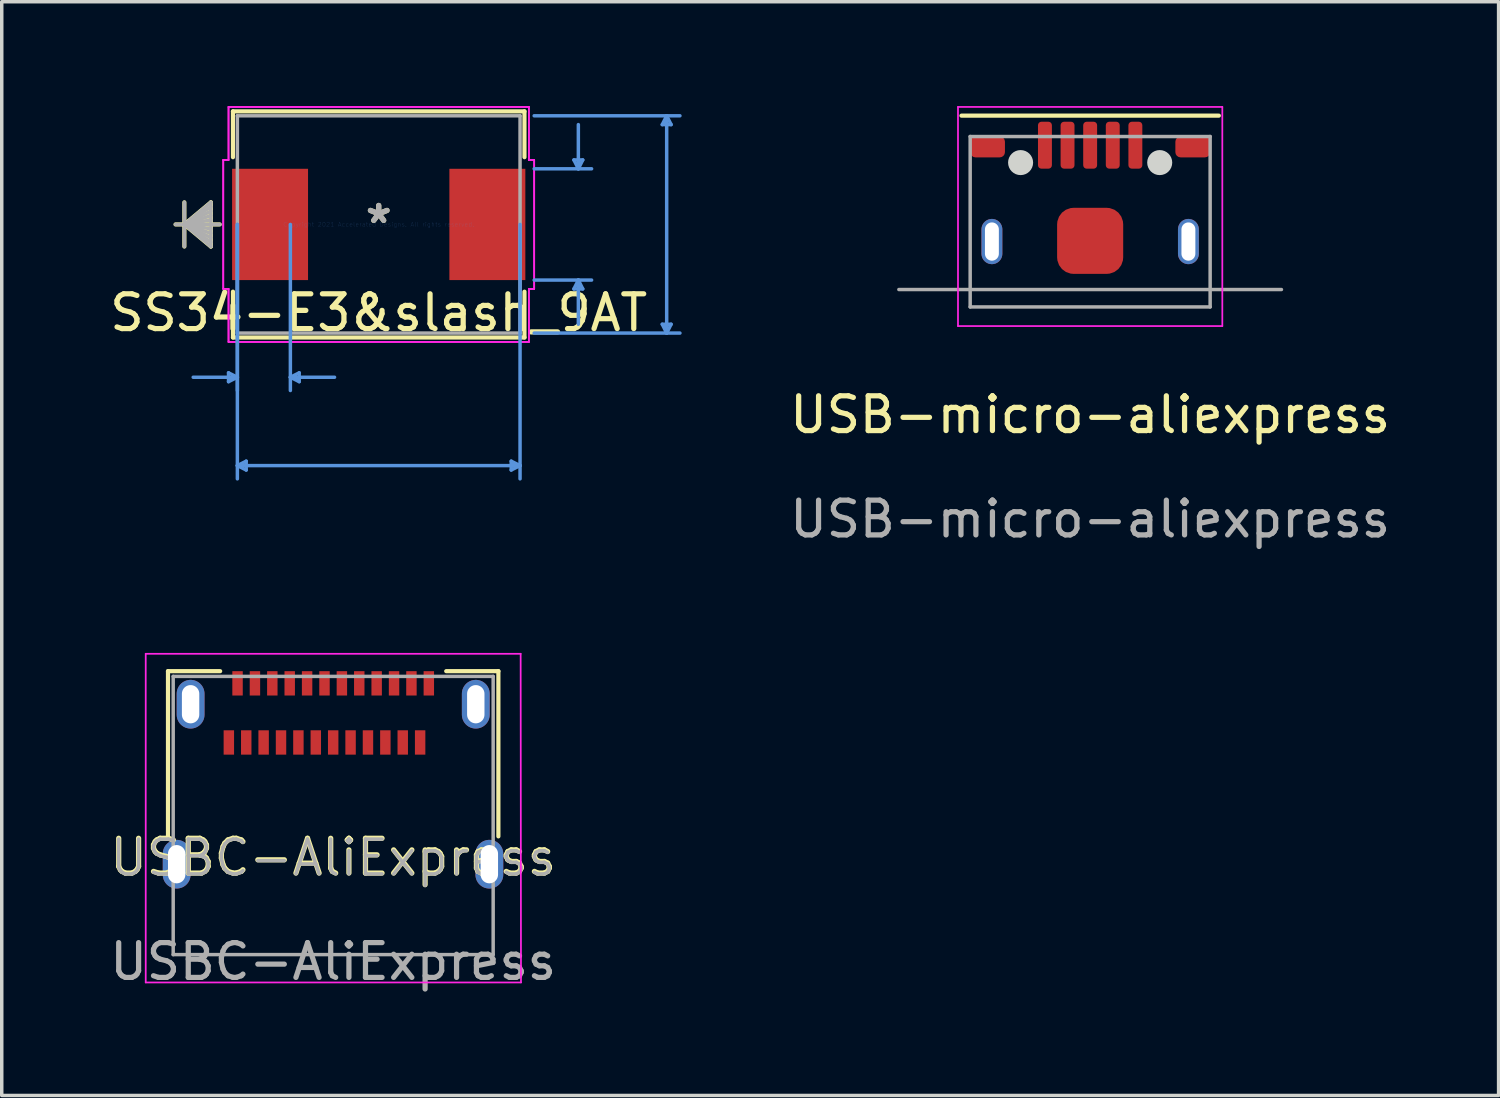
<source format=kicad_pcb>
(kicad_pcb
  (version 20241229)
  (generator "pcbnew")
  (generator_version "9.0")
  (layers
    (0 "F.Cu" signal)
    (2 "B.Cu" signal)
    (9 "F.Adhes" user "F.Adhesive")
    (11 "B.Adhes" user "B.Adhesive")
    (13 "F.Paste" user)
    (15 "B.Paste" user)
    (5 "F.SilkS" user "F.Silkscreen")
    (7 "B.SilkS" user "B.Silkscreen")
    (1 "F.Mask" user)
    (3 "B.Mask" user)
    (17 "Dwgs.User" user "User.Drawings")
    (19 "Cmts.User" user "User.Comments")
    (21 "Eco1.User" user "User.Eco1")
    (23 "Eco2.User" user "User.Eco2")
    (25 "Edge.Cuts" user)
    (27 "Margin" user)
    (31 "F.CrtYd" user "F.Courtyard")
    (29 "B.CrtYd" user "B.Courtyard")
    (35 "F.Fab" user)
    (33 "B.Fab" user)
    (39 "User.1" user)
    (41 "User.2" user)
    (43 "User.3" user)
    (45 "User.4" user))
  (footprint "USBC-AliExpress"
    (layer "F.Cu")
    (at 6.53 22.098)
    (property "Reference" "USBC-AliExpress" (at 0 -0.5 0) (unlocked yes) (layer "F.SilkS") (effects (font (size 1 1) (thickness 0.15))))
    (attr smd)
    (fp_line (start -4.75 -5.85) (end -4.75 -1.1) (stroke (width 0.12) (type solid)) (layer "F.SilkS"))
    (fp_line (start -4.75 -5.85) (end -3.25 -5.85) (stroke (width 0.12) (type solid)) (layer "F.SilkS"))
    (fp_line (start 3.25 -5.85) (end 4.75 -5.85) (stroke (width 0.12) (type solid)) (layer "F.SilkS"))
    (fp_line (start 4.75 -5.85) (end 4.75 -1.1) (stroke (width 0.12) (type solid)) (layer "F.SilkS"))
    (fp_line (start -5.39 -6.35) (end 5.39 -6.35) (stroke (width 0.05) (type solid)) (layer "F.CrtYd"))
    (fp_line (start -5.39 3.1) (end -5.39 -6.35) (stroke (width 0.05) (type solid)) (layer "F.CrtYd"))
    (fp_line (start 5.39 -6.35) (end 5.4 3.1) (stroke (width 0.05) (type solid)) (layer "F.CrtYd"))
    (fp_line (start 5.4 3.1) (end -5.39 3.1) (stroke (width 0.05) (type solid)) (layer "F.CrtYd"))
    (fp_line (start -4.6 -5.7) (end 4.6 -5.7) (stroke (width 0.1) (type solid)) (layer "F.Fab"))
    (fp_line (start -4.6 2.3) (end -4.6 -5.7) (stroke (width 0.1) (type solid)) (layer "F.Fab"))
    (fp_line (start -4.6 2.3) (end 4.6 2.3) (stroke (width 0.1) (type solid)) (layer "F.Fab"))
    (fp_line (start 4.6 2.3) (end 4.6 -5.7) (stroke (width 0.1) (type solid)) (layer "F.Fab"))
    (fp_text user "${REFERENCE}" (at 0 2.5 0) (unlocked yes) (layer "F.Fab") (effects (font (size 1 1) (thickness 0.15))))
    (fp_text user "${REFERENCE}" (at 0 -0.48 0) (layer "F.Fab") (effects (font (size 1 1) (thickness 0.1))))
    (pad "A1" smd rect (at -2.75 -5.5) (size 0.3 0.7) (layers "F.Cu" "F.Mask" "F.Paste"))
    (pad "A2" smd rect (at -2.25 -5.5) (size 0.3 0.7) (layers "F.Cu" "F.Mask" "F.Paste"))
    (pad "A3" smd rect (at -1.75 -5.5) (size 0.3 0.7) (layers "F.Cu" "F.Mask" "F.Paste"))
    (pad "A4" smd rect (at -1.25 -5.5) (size 0.3 0.7) (layers "F.Cu" "F.Mask" "F.Paste"))
    (pad "A5" smd rect (at -0.75 -5.5) (size 0.3 0.7) (layers "F.Cu" "F.Mask" "F.Paste"))
    (pad "A6" smd rect (at -0.25 -5.5) (size 0.3 0.7) (layers "F.Cu" "F.Mask" "F.Paste"))
    (pad "A7" smd rect (at 0.25 -5.5) (size 0.3 0.7) (layers "F.Cu" "F.Mask" "F.Paste"))
    (pad "A8" smd rect (at 0.75 -5.5) (size 0.3 0.7) (layers "F.Cu" "F.Mask" "F.Paste"))
    (pad "A9" smd rect (at 1.25 -5.5) (size 0.3 0.7) (layers "F.Cu" "F.Mask" "F.Paste"))
    (pad "A10" smd rect (at 1.75 -5.5) (size 0.3 0.7) (layers "F.Cu" "F.Mask" "F.Paste"))
    (pad "A11" smd rect (at 2.25 -5.5) (size 0.3 0.7) (layers "F.Cu" "F.Mask" "F.Paste"))
    (pad "A12" smd rect (at 2.75 -5.5) (size 0.3 0.7) (layers "F.Cu" "F.Mask" "F.Paste"))
    (pad "B1" smd rect (at 2.5 -3.8) (size 0.3 0.7) (layers "F.Cu" "F.Mask" "F.Paste"))
    (pad "B2" smd rect (at 2 -3.8) (size 0.3 0.7) (layers "F.Cu" "F.Mask" "F.Paste"))
    (pad "B3" smd rect (at 1.5 -3.8) (size 0.3 0.7) (layers "F.Cu" "F.Mask" "F.Paste"))
    (pad "B4" smd rect (at 1 -3.8) (size 0.3 0.7) (layers "F.Cu" "F.Mask" "F.Paste"))
    (pad "B5" smd rect (at 0.5 -3.8) (size 0.3 0.7) (layers "F.Cu" "F.Mask" "F.Paste"))
    (pad "B6" smd rect (at 0 -3.8) (size 0.3 0.7) (layers "F.Cu" "F.Mask" "F.Paste"))
    (pad "B7" smd rect (at -0.5 -3.8) (size 0.3 0.7) (layers "F.Cu" "F.Mask" "F.Paste"))
    (pad "B8" smd rect (at -1 -3.8) (size 0.3 0.7) (layers "F.Cu" "F.Mask" "F.Paste"))
    (pad "B9" smd rect (at -1.5 -3.8) (size 0.3 0.7) (layers "F.Cu" "F.Mask" "F.Paste"))
    (pad "B10" smd rect (at -2 -3.8) (size 0.3 0.7) (layers "F.Cu" "F.Mask" "F.Paste"))
    (pad "B11" smd rect (at -2.5 -3.8) (size 0.3 0.7) (layers "F.Cu" "F.Mask" "F.Paste"))
    (pad "B12" smd rect (at -3 -3.8) (size 0.3 0.7) (layers "F.Cu" "F.Mask" "F.Paste"))
    (pad "S1" thru_hole oval (at -4.5 -0.3) (size 0.8 1.4) (drill oval 0.5 1.1) (layers "*.Cu" "*.Mask"))
    (pad "S1" thru_hole oval (at -4.1 -4.9) (size 0.8 1.4) (drill oval 0.5 1.1) (layers "*.Cu" "*.Mask"))
    (pad "S1" thru_hole oval (at 4.1 -4.9) (size 0.8 1.4) (drill oval 0.5 1.1) (layers "*.Cu" "*.Mask"))
    (pad "S1" thru_hole oval (at 4.49 -0.3) (size 0.8 1.4) (drill oval 0.5 1.1) (layers "*.Cu" "*.Mask")))
  (footprint "USB-micro-aliexpress"
    (layer "F.Cu")
    (at 28.295 5.275)
    (property "Reference" "USB-micro-aliexpress" (at 0 3.6 0) (unlocked yes) (layer "F.SilkS") (effects (font (size 1 1) (thickness 0.15))))
    (attr smd)
    (fp_line (start 3.7 -5) (end -3.7 -5) (stroke (width 0.12) (type solid)) (layer "F.SilkS"))
    (fp_circle (center -2 -3.65) (end -1.7 -3.65) (stroke (width 0.12) (type solid)) (fill yes) (layer "Edge.Cuts"))
    (fp_circle (center 2 -3.65) (end 2.3 -3.65) (stroke (width 0.12) (type solid)) (fill yes) (layer "Edge.Cuts"))
    (fp_line (start -3.8 -5.25) (end 3.8 -5.25) (stroke (width 0.05) (type solid)) (layer "F.CrtYd"))
    (fp_line (start -3.8 1.05) (end -3.8 -5.25) (stroke (width 0.05) (type solid)) (layer "F.CrtYd"))
    (fp_line (start 3.8 -5.25) (end 3.8 1.05) (stroke (width 0.05) (type solid)) (layer "F.CrtYd"))
    (fp_line (start 3.8 1.05) (end -3.8 1.05) (stroke (width 0.05) (type solid)) (layer "F.CrtYd"))
    (fp_line (start -3.45 -4.4) (end 3.45 -4.4) (stroke (width 0.1) (type solid)) (layer "F.Fab"))
    (fp_line (start -3.45 0.5) (end -3.45 -4.4) (stroke (width 0.1) (type solid)) (layer "F.Fab"))
    (fp_line (start 3.45 -4.4) (end 3.45 0.5) (stroke (width 0.1) (type solid)) (layer "F.Fab"))
    (fp_line (start 3.45 0.5) (end -3.45 0.5) (stroke (width 0.1) (type solid)) (layer "F.Fab"))
    (fp_line (start 5.5 0) (end -5.5 0) (stroke (width 0.1) (type solid)) (layer "F.Fab"))
    (fp_text user "${REFERENCE}" (at 0 6.6 0) (unlocked yes) (layer "F.Fab") (effects (font (size 1 1) (thickness 0.15))))
    (pad "1" smd roundrect (at -1.3 -4.15) (size 0.4 1.35) (layers "F.Cu" "F.Mask" "F.Paste") (roundrect_rratio 0.25))
    (pad "2" smd roundrect (at -0.65 -4.15) (size 0.4 1.35) (layers "F.Cu" "F.Mask" "F.Paste") (roundrect_rratio 0.25))
    (pad "3" smd roundrect (at 0 -4.15) (size 0.4 1.35) (layers "F.Cu" "F.Mask" "F.Paste") (roundrect_rratio 0.25))
    (pad "4" smd roundrect (at 0.65 -4.15) (size 0.4 1.35) (layers "F.Cu" "F.Mask" "F.Paste") (roundrect_rratio 0.25))
    (pad "5" smd roundrect (at 1.3 -4.15) (size 0.4 1.35) (layers "F.Cu" "F.Mask" "F.Paste") (roundrect_rratio 0.25))
    (pad "6" smd roundrect (at -2.95 -4.1) (size 1 0.6) (layers "F.Cu" "F.Mask" "F.Paste") (roundrect_rratio 0.25))
    (pad "6" thru_hole oval (at -2.825 -1.38) (size 0.6 1.3) (drill oval 0.4 1.1) (layers "*.Cu" "*.Mask"))
    (pad "6" smd roundrect (at 0 -1.4) (size 1.9 1.9) (layers "F.Cu" "F.Mask" "F.Paste") (roundrect_rratio 0.25))
    (pad "6" thru_hole oval (at 2.825 -1.38) (size 0.6 1.3) (drill oval 0.4 1.1) (layers "*.Cu" "*.Mask"))
    (pad "6" smd roundrect (at 2.95 -4.1) (size 1 0.6) (layers "F.Cu" "F.Mask" "F.Paste") (roundrect_rratio 0.25)))
  (footprint "SS34-E3&slash_9AT"
    (layer "F.Cu")
    (at 7.839 3.403)
    (property "Reference" "SS34-E3&slash_9AT" (at 0 2.54 0) (layer "F.SilkS") (effects (font (size 1 1) (thickness 0.15))))
    (attr through_hole)
    (fp_line (start -5.588 -0.635) (end -5.588 0.635) (stroke (width 0.12) (type solid)) (layer "F.SilkS"))
    (fp_line (start -5.588 0) (end -4.826 -0.635) (stroke (width 0.12) (type solid)) (layer "F.SilkS"))
    (fp_line (start -5.588 0) (end -4.826 -0.508) (stroke (width 0.12) (type solid)) (layer "F.SilkS"))
    (fp_line (start -5.588 0) (end -4.826 -0.381) (stroke (width 0.12) (type solid)) (layer "F.SilkS"))
    (fp_line (start -5.588 0) (end -4.826 -0.254) (stroke (width 0.12) (type solid)) (layer "F.SilkS"))
    (fp_line (start -5.588 0) (end -4.826 -0.127) (stroke (width 0.12) (type solid)) (layer "F.SilkS"))
    (fp_line (start -5.588 0) (end -4.826 0.127) (stroke (width 0.12) (type solid)) (layer "F.SilkS"))
    (fp_line (start -5.588 0) (end -4.826 0.254) (stroke (width 0.12) (type solid)) (layer "F.SilkS"))
    (fp_line (start -5.588 0) (end -4.826 0.381) (stroke (width 0.12) (type solid)) (layer "F.SilkS"))
    (fp_line (start -5.588 0) (end -4.826 0.508) (stroke (width 0.12) (type solid)) (layer "F.SilkS"))
    (fp_line (start -5.588 0) (end -4.826 0.635) (stroke (width 0.12) (type solid)) (layer "F.SilkS"))
    (fp_line (start -4.826 -0.635) (end -4.826 0.635) (stroke (width 0.12) (type solid)) (layer "F.SilkS"))
    (fp_line (start -4.572 0) (end -5.842 0) (stroke (width 0.12) (type solid)) (layer "F.SilkS"))
    (fp_line (start -4.191 -3.251) (end -4.191 -1.933) (stroke (width 0.12) (type solid)) (layer "F.SilkS"))
    (fp_line (start -4.191 1.933) (end -4.191 3.251) (stroke (width 0.12) (type solid)) (layer "F.SilkS"))
    (fp_line (start -4.191 3.251) (end 4.191 3.251) (stroke (width 0.12) (type solid)) (layer "F.SilkS"))
    (fp_line (start 4.191 -3.251) (end -4.191 -3.251) (stroke (width 0.12) (type solid)) (layer "F.SilkS"))
    (fp_line (start 4.191 -1.933) (end 4.191 -3.251) (stroke (width 0.12) (type solid)) (layer "F.SilkS"))
    (fp_line (start 4.191 3.251) (end 4.191 1.933) (stroke (width 0.12) (type solid)) (layer "F.SilkS"))
    (fp_line (start -4.318 4.267) (end -4.318 4.521) (stroke (width 0.1) (type solid)) (layer "Cmts.User"))
    (fp_line (start -4.064 0) (end -4.064 4.775) (stroke (width 0.1) (type solid)) (layer "Cmts.User"))
    (fp_line (start -4.064 0) (end -4.064 7.315) (stroke (width 0.1) (type solid)) (layer "Cmts.User"))
    (fp_line (start -4.064 4.394) (end -5.334 4.394) (stroke (width 0.1) (type solid)) (layer "Cmts.User"))
    (fp_line (start -4.064 4.394) (end -4.318 4.267) (stroke (width 0.1) (type solid)) (layer "Cmts.User"))
    (fp_line (start -4.064 4.394) (end -4.318 4.521) (stroke (width 0.1) (type solid)) (layer "Cmts.User"))
    (fp_line (start -4.064 6.934) (end -3.81 6.807) (stroke (width 0.1) (type solid)) (layer "Cmts.User"))
    (fp_line (start -4.064 6.934) (end -3.81 7.061) (stroke (width 0.1) (type solid)) (layer "Cmts.User"))
    (fp_line (start -4.064 6.934) (end 4.064 6.934) (stroke (width 0.1) (type solid)) (layer "Cmts.User"))
    (fp_line (start -3.81 6.807) (end -3.81 7.061) (stroke (width 0.1) (type solid)) (layer "Cmts.User"))
    (fp_line (start -2.54 0) (end -2.54 4.775) (stroke (width 0.1) (type solid)) (layer "Cmts.User"))
    (fp_line (start -2.54 4.394) (end -2.286 4.267) (stroke (width 0.1) (type solid)) (layer "Cmts.User"))
    (fp_line (start -2.54 4.394) (end -2.286 4.521) (stroke (width 0.1) (type solid)) (layer "Cmts.User"))
    (fp_line (start -2.54 4.394) (end -1.27 4.394) (stroke (width 0.1) (type solid)) (layer "Cmts.User"))
    (fp_line (start -2.286 4.267) (end -2.286 4.521) (stroke (width 0.1) (type solid)) (layer "Cmts.User"))
    (fp_line (start 3.81 6.807) (end 3.81 7.061) (stroke (width 0.1) (type solid)) (layer "Cmts.User"))
    (fp_line (start 4.064 0) (end 4.064 7.315) (stroke (width 0.1) (type solid)) (layer "Cmts.User"))
    (fp_line (start 4.064 6.934) (end 3.81 6.807) (stroke (width 0.1) (type solid)) (layer "Cmts.User"))
    (fp_line (start 4.064 6.934) (end 3.81 7.061) (stroke (width 0.1) (type solid)) (layer "Cmts.User"))
    (fp_line (start 4.47 -3.124) (end 8.661 -3.124) (stroke (width 0.1) (type solid)) (layer "Cmts.User"))
    (fp_line (start 4.47 -1.6) (end 6.121 -1.6) (stroke (width 0.1) (type solid)) (layer "Cmts.User"))
    (fp_line (start 4.47 1.6) (end 6.121 1.6) (stroke (width 0.1) (type solid)) (layer "Cmts.User"))
    (fp_line (start 4.47 3.124) (end 8.661 3.124) (stroke (width 0.1) (type solid)) (layer "Cmts.User"))
    (fp_line (start 5.613 -1.854) (end 5.867 -1.854) (stroke (width 0.1) (type solid)) (layer "Cmts.User"))
    (fp_line (start 5.613 1.854) (end 5.867 1.854) (stroke (width 0.1) (type solid)) (layer "Cmts.User"))
    (fp_line (start 5.74 -1.6) (end 5.613 -1.854) (stroke (width 0.1) (type solid)) (layer "Cmts.User"))
    (fp_line (start 5.74 -1.6) (end 5.74 -2.87) (stroke (width 0.1) (type solid)) (layer "Cmts.User"))
    (fp_line (start 5.74 -1.6) (end 5.867 -1.854) (stroke (width 0.1) (type solid)) (layer "Cmts.User"))
    (fp_line (start 5.74 1.6) (end 5.613 1.854) (stroke (width 0.1) (type solid)) (layer "Cmts.User"))
    (fp_line (start 5.74 1.6) (end 5.74 2.87) (stroke (width 0.1) (type solid)) (layer "Cmts.User"))
    (fp_line (start 5.74 1.6) (end 5.867 1.854) (stroke (width 0.1) (type solid)) (layer "Cmts.User"))
    (fp_line (start 8.153 -2.87) (end 8.407 -2.87) (stroke (width 0.1) (type solid)) (layer "Cmts.User"))
    (fp_line (start 8.153 2.87) (end 8.407 2.87) (stroke (width 0.1) (type solid)) (layer "Cmts.User"))
    (fp_line (start 8.28 -3.124) (end 8.153 -2.87) (stroke (width 0.1) (type solid)) (layer "Cmts.User"))
    (fp_line (start 8.28 -3.124) (end 8.28 3.124) (stroke (width 0.1) (type solid)) (layer "Cmts.User"))
    (fp_line (start 8.28 -3.124) (end 8.407 -2.87) (stroke (width 0.1) (type solid)) (layer "Cmts.User"))
    (fp_line (start 8.28 3.124) (end 8.153 2.87) (stroke (width 0.1) (type solid)) (layer "Cmts.User"))
    (fp_line (start 8.28 3.124) (end 8.407 2.87) (stroke (width 0.1) (type solid)) (layer "Cmts.User"))
    (fp_line (start -4.47 -1.854) (end -4.318 -1.854) (stroke (width 0.05) (type solid)) (layer "F.CrtYd"))
    (fp_line (start -4.47 -1.854) (end -4.318 -1.854) (stroke (width 0.05) (type solid)) (layer "F.CrtYd"))
    (fp_line (start -4.47 1.854) (end -4.47 -1.854) (stroke (width 0.05) (type solid)) (layer "F.CrtYd"))
    (fp_line (start -4.47 1.854) (end -4.47 -1.854) (stroke (width 0.05) (type solid)) (layer "F.CrtYd"))
    (fp_line (start -4.318 -3.378) (end 4.318 -3.378) (stroke (width 0.05) (type solid)) (layer "F.CrtYd"))
    (fp_line (start -4.318 -3.378) (end 4.318 -3.378) (stroke (width 0.05) (type solid)) (layer "F.CrtYd"))
    (fp_line (start -4.318 -1.854) (end -4.318 -3.378) (stroke (width 0.05) (type solid)) (layer "F.CrtYd"))
    (fp_line (start -4.318 -1.854) (end -4.318 -3.378) (stroke (width 0.05) (type solid)) (layer "F.CrtYd"))
    (fp_line (start -4.318 1.854) (end -4.47 1.854) (stroke (width 0.05) (type solid)) (layer "F.CrtYd"))
    (fp_line (start -4.318 1.854) (end -4.47 1.854) (stroke (width 0.05) (type solid)) (layer "F.CrtYd"))
    (fp_line (start -4.318 3.378) (end -4.318 1.854) (stroke (width 0.05) (type solid)) (layer "F.CrtYd"))
    (fp_line (start -4.318 3.378) (end -4.318 1.854) (stroke (width 0.05) (type solid)) (layer "F.CrtYd"))
    (fp_line (start 4.318 -3.378) (end 4.318 -1.854) (stroke (width 0.05) (type solid)) (layer "F.CrtYd"))
    (fp_line (start 4.318 -3.378) (end 4.318 -1.854) (stroke (width 0.05) (type solid)) (layer "F.CrtYd"))
    (fp_line (start 4.318 -1.854) (end 4.47 -1.854) (stroke (width 0.05) (type solid)) (layer "F.CrtYd"))
    (fp_line (start 4.318 -1.854) (end 4.47 -1.854) (stroke (width 0.05) (type solid)) (layer "F.CrtYd"))
    (fp_line (start 4.318 1.854) (end 4.318 3.378) (stroke (width 0.05) (type solid)) (layer "F.CrtYd"))
    (fp_line (start 4.318 1.854) (end 4.318 3.378) (stroke (width 0.05) (type solid)) (layer "F.CrtYd"))
    (fp_line (start 4.318 3.378) (end -4.318 3.378) (stroke (width 0.05) (type solid)) (layer "F.CrtYd"))
    (fp_line (start 4.318 3.378) (end -4.318 3.378) (stroke (width 0.05) (type solid)) (layer "F.CrtYd"))
    (fp_line (start 4.47 -1.854) (end 4.47 1.854) (stroke (width 0.05) (type solid)) (layer "F.CrtYd"))
    (fp_line (start 4.47 -1.854) (end 4.47 1.854) (stroke (width 0.05) (type solid)) (layer "F.CrtYd"))
    (fp_line (start 4.47 1.854) (end 4.318 1.854) (stroke (width 0.05) (type solid)) (layer "F.CrtYd"))
    (fp_line (start 4.47 1.854) (end 4.318 1.854) (stroke (width 0.05) (type solid)) (layer "F.CrtYd"))
    (fp_line (start -5.588 -0.635) (end -5.588 0.635) (stroke (width 0.1) (type solid)) (layer "F.Fab"))
    (fp_line (start -5.588 0) (end -4.826 -0.635) (stroke (width 0.1) (type solid)) (layer "F.Fab"))
    (fp_line (start -5.588 0) (end -4.826 -0.508) (stroke (width 0.1) (type solid)) (layer "F.Fab"))
    (fp_line (start -5.588 0) (end -4.826 -0.381) (stroke (width 0.1) (type solid)) (layer "F.Fab"))
    (fp_line (start -5.588 0) (end -4.826 -0.254) (stroke (width 0.1) (type solid)) (layer "F.Fab"))
    (fp_line (start -5.588 0) (end -4.826 -0.127) (stroke (width 0.1) (type solid)) (layer "F.Fab"))
    (fp_line (start -5.588 0) (end -4.826 0.127) (stroke (width 0.1) (type solid)) (layer "F.Fab"))
    (fp_line (start -5.588 0) (end -4.826 0.254) (stroke (width 0.1) (type solid)) (layer "F.Fab"))
    (fp_line (start -5.588 0) (end -4.826 0.381) (stroke (width 0.1) (type solid)) (layer "F.Fab"))
    (fp_line (start -5.588 0) (end -4.826 0.508) (stroke (width 0.1) (type solid)) (layer "F.Fab"))
    (fp_line (start -5.588 0) (end -4.826 0.635) (stroke (width 0.1) (type solid)) (layer "F.Fab"))
    (fp_line (start -4.826 -0.635) (end -4.826 0.635) (stroke (width 0.1) (type solid)) (layer "F.Fab"))
    (fp_line (start -4.572 0) (end -5.842 0) (stroke (width 0.1) (type solid)) (layer "F.Fab"))
    (fp_line (start -4.064 -3.124) (end -4.064 3.124) (stroke (width 0.1) (type solid)) (layer "F.Fab"))
    (fp_line (start -4.064 3.124) (end 4.064 3.124) (stroke (width 0.1) (type solid)) (layer "F.Fab"))
    (fp_line (start 4.064 -3.124) (end -4.064 -3.124) (stroke (width 0.1) (type solid)) (layer "F.Fab"))
    (fp_line (start 4.064 3.124) (end 4.064 -3.124) (stroke (width 0.1) (type solid)) (layer "F.Fab"))
    (fp_text user "*" (at 0 0 0) (layer "F.SilkS") (effects (font (size 1 1) (thickness 0.15))))
    (fp_text user "Copyright 2021 Accelerated Designs. All rights reserved." (at 0 0 0) (layer "Cmts.User") (effects (font (size 0.127 0.127) (thickness 0.002))))
    (fp_text user "*" (at 0 0 0) (layer "F.Fab") (effects (font (size 1 1) (thickness 0.15))))
    (pad "1" smd rect (at -3.124 0 90) (size 3.2 2.184) (layers "F.Cu" "F.Mask" "F.Paste"))
    (pad "2" smd rect (at 3.124 0 90) (size 3.2 2.184) (layers "F.Cu" "F.Mask" "F.Paste")))
  (gr_rect
    (start -3 -3)
    (end 40.039 28.447)
    (stroke (width 0.1) (type default))
    (fill no)
    (layer "Edge.Cuts")))
</source>
